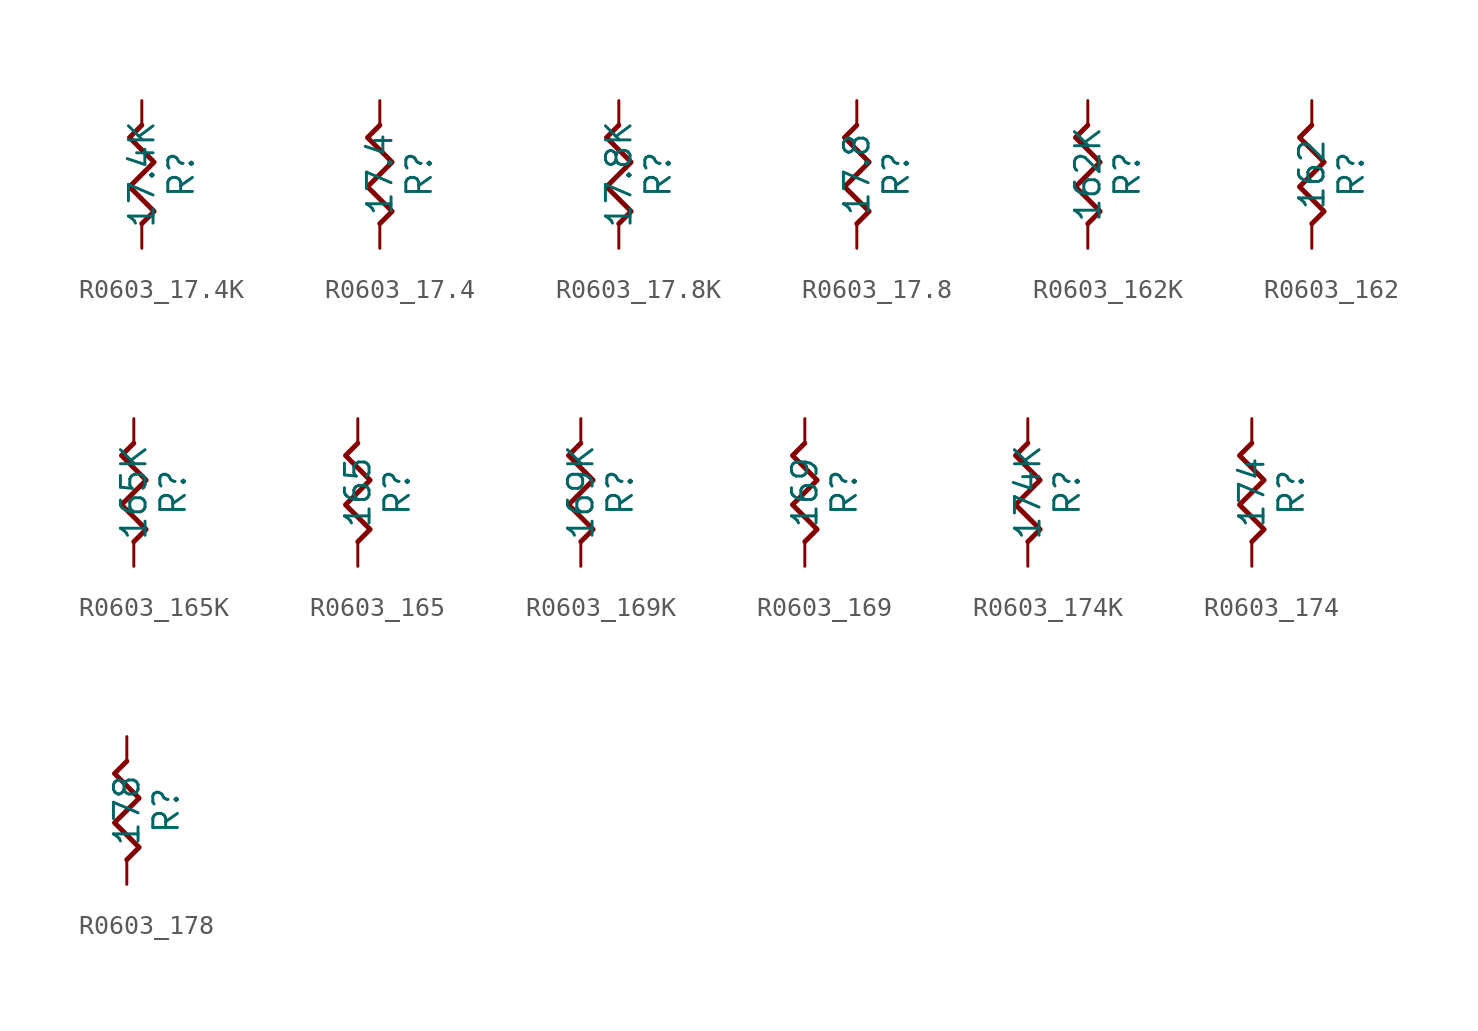
<source format=kicad_sym>
(kicad_symbol_lib
  (version 20211014)
  (generator atlantix-eda)
  (symbol "R0603_17.4K"
    (pin_numbers hide)
    (pin_names
      (offset 0))
    (property "Reference" "R"
      (at 2.032 0 90)
      (effects (font (size 1.27 1.27))))
    (property "Value" "17.4K"
      (at 0 0 90)
      (effects (font (size 1.27 1.27))))
    (symbol "R0603_17.4K_0_1"
      (polyline (pts (xy 0 -2.54) (xy 0.635 -1.905) (xy -0.635 -0.635) (xy 0.635 0.635) (xy -0.635 1.905) (xy 0 2.54)) (stroke (width 0.254) (type default) (color 0 0 0 0)) (fill (type none))))
    (symbol "R0603_17.4K_1_1"
      (pin passive line (at 0 3.81 270) (length 1.27) (name "~" (effects (font (size 1.27 1.27)))) (number "1" (effects (font (size 1.27 1.27)))))
      (pin passive line (at 0 -3.81 90) (length 1.27) (name "~" (effects (font (size 1.27 1.27)))) (number "2" (effects (font (size 1.27 1.27)))))))
  (symbol "R0603_17.4"
    (pin_numbers hide)
    (pin_names
      (offset 0))
    (property "Reference" "R"
      (at 2.032 0 90)
      (effects (font (size 1.27 1.27))))
    (property "Value" "17.4"
      (at 0 0 90)
      (effects (font (size 1.27 1.27))))
    (symbol "R0603_17.4_0_1"
      (polyline (pts (xy 0 -2.54) (xy 0.635 -1.905) (xy -0.635 -0.635) (xy 0.635 0.635) (xy -0.635 1.905) (xy 0 2.54)) (stroke (width 0.254) (type default) (color 0 0 0 0)) (fill (type none))))
    (symbol "R0603_17.4_1_1"
      (pin passive line (at 0 3.81 270) (length 1.27) (name "~" (effects (font (size 1.27 1.27)))) (number "1" (effects (font (size 1.27 1.27)))))
      (pin passive line (at 0 -3.81 90) (length 1.27) (name "~" (effects (font (size 1.27 1.27)))) (number "2" (effects (font (size 1.27 1.27)))))))
  (symbol "R0603_17.8K"
    (pin_numbers hide)
    (pin_names
      (offset 0))
    (property "Reference" "R"
      (at 2.032 0 90)
      (effects (font (size 1.27 1.27))))
    (property "Value" "17.8K"
      (at 0 0 90)
      (effects (font (size 1.27 1.27))))
    (symbol "R0603_17.8K_0_1"
      (polyline (pts (xy 0 -2.54) (xy 0.635 -1.905) (xy -0.635 -0.635) (xy 0.635 0.635) (xy -0.635 1.905) (xy 0 2.54)) (stroke (width 0.254) (type default) (color 0 0 0 0)) (fill (type none))))
    (symbol "R0603_17.8K_1_1"
      (pin passive line (at 0 3.81 270) (length 1.27) (name "~" (effects (font (size 1.27 1.27)))) (number "1" (effects (font (size 1.27 1.27)))))
      (pin passive line (at 0 -3.81 90) (length 1.27) (name "~" (effects (font (size 1.27 1.27)))) (number "2" (effects (font (size 1.27 1.27)))))))
  (symbol "R0603_17.8"
    (pin_numbers hide)
    (pin_names
      (offset 0))
    (property "Reference" "R"
      (at 2.032 0 90)
      (effects (font (size 1.27 1.27))))
    (property "Value" "17.8"
      (at 0 0 90)
      (effects (font (size 1.27 1.27))))
    (symbol "R0603_17.8_0_1"
      (polyline (pts (xy 0 -2.54) (xy 0.635 -1.905) (xy -0.635 -0.635) (xy 0.635 0.635) (xy -0.635 1.905) (xy 0 2.54)) (stroke (width 0.254) (type default) (color 0 0 0 0)) (fill (type none))))
    (symbol "R0603_17.8_1_1"
      (pin passive line (at 0 3.81 270) (length 1.27) (name "~" (effects (font (size 1.27 1.27)))) (number "1" (effects (font (size 1.27 1.27)))))
      (pin passive line (at 0 -3.81 90) (length 1.27) (name "~" (effects (font (size 1.27 1.27)))) (number "2" (effects (font (size 1.27 1.27)))))))
  (symbol "R0603_162K"
    (pin_numbers hide)
    (pin_names
      (offset 0))
    (property "Reference" "R"
      (at 2.032 0 90)
      (effects (font (size 1.27 1.27))))
    (property "Value" "162K"
      (at 0 0 90)
      (effects (font (size 1.27 1.27))))
    (symbol "R0603_162K_0_1"
      (polyline (pts (xy 0 -2.54) (xy 0.635 -1.905) (xy -0.635 -0.635) (xy 0.635 0.635) (xy -0.635 1.905) (xy 0 2.54)) (stroke (width 0.254) (type default) (color 0 0 0 0)) (fill (type none))))
    (symbol "R0603_162K_1_1"
      (pin passive line (at 0 3.81 270) (length 1.27) (name "~" (effects (font (size 1.27 1.27)))) (number "1" (effects (font (size 1.27 1.27)))))
      (pin passive line (at 0 -3.81 90) (length 1.27) (name "~" (effects (font (size 1.27 1.27)))) (number "2" (effects (font (size 1.27 1.27)))))))
  (symbol "R0603_162"
    (pin_numbers hide)
    (pin_names
      (offset 0))
    (property "Reference" "R"
      (at 2.032 0 90)
      (effects (font (size 1.27 1.27))))
    (property "Value" "162"
      (at 0 0 90)
      (effects (font (size 1.27 1.27))))
    (symbol "R0603_162_0_1"
      (polyline (pts (xy 0 -2.54) (xy 0.635 -1.905) (xy -0.635 -0.635) (xy 0.635 0.635) (xy -0.635 1.905) (xy 0 2.54)) (stroke (width 0.254) (type default) (color 0 0 0 0)) (fill (type none))))
    (symbol "R0603_162_1_1"
      (pin passive line (at 0 3.81 270) (length 1.27) (name "~" (effects (font (size 1.27 1.27)))) (number "1" (effects (font (size 1.27 1.27)))))
      (pin passive line (at 0 -3.81 90) (length 1.27) (name "~" (effects (font (size 1.27 1.27)))) (number "2" (effects (font (size 1.27 1.27)))))))
  (symbol "R0603_165K"
    (pin_numbers hide)
    (pin_names
      (offset 0))
    (property "Reference" "R"
      (at 2.032 0 90)
      (effects (font (size 1.27 1.27))))
    (property "Value" "165K"
      (at 0 0 90)
      (effects (font (size 1.27 1.27))))
    (symbol "R0603_165K_0_1"
      (polyline (pts (xy 0 -2.54) (xy 0.635 -1.905) (xy -0.635 -0.635) (xy 0.635 0.635) (xy -0.635 1.905) (xy 0 2.54)) (stroke (width 0.254) (type default) (color 0 0 0 0)) (fill (type none))))
    (symbol "R0603_165K_1_1"
      (pin passive line (at 0 3.81 270) (length 1.27) (name "~" (effects (font (size 1.27 1.27)))) (number "1" (effects (font (size 1.27 1.27)))))
      (pin passive line (at 0 -3.81 90) (length 1.27) (name "~" (effects (font (size 1.27 1.27)))) (number "2" (effects (font (size 1.27 1.27)))))))
  (symbol "R0603_165"
    (pin_numbers hide)
    (pin_names
      (offset 0))
    (property "Reference" "R"
      (at 2.032 0 90)
      (effects (font (size 1.27 1.27))))
    (property "Value" "165"
      (at 0 0 90)
      (effects (font (size 1.27 1.27))))
    (symbol "R0603_165_0_1"
      (polyline (pts (xy 0 -2.54) (xy 0.635 -1.905) (xy -0.635 -0.635) (xy 0.635 0.635) (xy -0.635 1.905) (xy 0 2.54)) (stroke (width 0.254) (type default) (color 0 0 0 0)) (fill (type none))))
    (symbol "R0603_165_1_1"
      (pin passive line (at 0 3.81 270) (length 1.27) (name "~" (effects (font (size 1.27 1.27)))) (number "1" (effects (font (size 1.27 1.27)))))
      (pin passive line (at 0 -3.81 90) (length 1.27) (name "~" (effects (font (size 1.27 1.27)))) (number "2" (effects (font (size 1.27 1.27)))))))
  (symbol "R0603_169K"
    (pin_numbers hide)
    (pin_names
      (offset 0))
    (property "Reference" "R"
      (at 2.032 0 90)
      (effects (font (size 1.27 1.27))))
    (property "Value" "169K"
      (at 0 0 90)
      (effects (font (size 1.27 1.27))))
    (symbol "R0603_169K_0_1"
      (polyline (pts (xy 0 -2.54) (xy 0.635 -1.905) (xy -0.635 -0.635) (xy 0.635 0.635) (xy -0.635 1.905) (xy 0 2.54)) (stroke (width 0.254) (type default) (color 0 0 0 0)) (fill (type none))))
    (symbol "R0603_169K_1_1"
      (pin passive line (at 0 3.81 270) (length 1.27) (name "~" (effects (font (size 1.27 1.27)))) (number "1" (effects (font (size 1.27 1.27)))))
      (pin passive line (at 0 -3.81 90) (length 1.27) (name "~" (effects (font (size 1.27 1.27)))) (number "2" (effects (font (size 1.27 1.27)))))))
  (symbol "R0603_169"
    (pin_numbers hide)
    (pin_names
      (offset 0))
    (property "Reference" "R"
      (at 2.032 0 90)
      (effects (font (size 1.27 1.27))))
    (property "Value" "169"
      (at 0 0 90)
      (effects (font (size 1.27 1.27))))
    (symbol "R0603_169_0_1"
      (polyline (pts (xy 0 -2.54) (xy 0.635 -1.905) (xy -0.635 -0.635) (xy 0.635 0.635) (xy -0.635 1.905) (xy 0 2.54)) (stroke (width 0.254) (type default) (color 0 0 0 0)) (fill (type none))))
    (symbol "R0603_169_1_1"
      (pin passive line (at 0 3.81 270) (length 1.27) (name "~" (effects (font (size 1.27 1.27)))) (number "1" (effects (font (size 1.27 1.27)))))
      (pin passive line (at 0 -3.81 90) (length 1.27) (name "~" (effects (font (size 1.27 1.27)))) (number "2" (effects (font (size 1.27 1.27)))))))
  (symbol "R0603_174K"
    (pin_numbers hide)
    (pin_names
      (offset 0))
    (property "Reference" "R"
      (at 2.032 0 90)
      (effects (font (size 1.27 1.27))))
    (property "Value" "174K"
      (at 0 0 90)
      (effects (font (size 1.27 1.27))))
    (symbol "R0603_174K_0_1"
      (polyline (pts (xy 0 -2.54) (xy 0.635 -1.905) (xy -0.635 -0.635) (xy 0.635 0.635) (xy -0.635 1.905) (xy 0 2.54)) (stroke (width 0.254) (type default) (color 0 0 0 0)) (fill (type none))))
    (symbol "R0603_174K_1_1"
      (pin passive line (at 0 3.81 270) (length 1.27) (name "~" (effects (font (size 1.27 1.27)))) (number "1" (effects (font (size 1.27 1.27)))))
      (pin passive line (at 0 -3.81 90) (length 1.27) (name "~" (effects (font (size 1.27 1.27)))) (number "2" (effects (font (size 1.27 1.27)))))))
  (symbol "R0603_174"
    (pin_numbers hide)
    (pin_names
      (offset 0))
    (property "Reference" "R"
      (at 2.032 0 90)
      (effects (font (size 1.27 1.27))))
    (property "Value" "174"
      (at 0 0 90)
      (effects (font (size 1.27 1.27))))
    (symbol "R0603_174_0_1"
      (polyline (pts (xy 0 -2.54) (xy 0.635 -1.905) (xy -0.635 -0.635) (xy 0.635 0.635) (xy -0.635 1.905) (xy 0 2.54)) (stroke (width 0.254) (type default) (color 0 0 0 0)) (fill (type none))))
    (symbol "R0603_174_1_1"
      (pin passive line (at 0 3.81 270) (length 1.27) (name "~" (effects (font (size 1.27 1.27)))) (number "1" (effects (font (size 1.27 1.27)))))
      (pin passive line (at 0 -3.81 90) (length 1.27) (name "~" (effects (font (size 1.27 1.27)))) (number "2" (effects (font (size 1.27 1.27)))))))
  (symbol "R0603_178"
    (pin_numbers hide)
    (pin_names
      (offset 0))
    (property "Reference" "R"
      (at 2.032 0 90)
      (effects (font (size 1.27 1.27))))
    (property "Value" "178"
      (at 0 0 90)
      (effects (font (size 1.27 1.27))))
    (symbol "R0603_178_0_1"
      (polyline (pts (xy 0 -2.54) (xy 0.635 -1.905) (xy -0.635 -0.635) (xy 0.635 0.635) (xy -0.635 1.905) (xy 0 2.54)) (stroke (width 0.254) (type default) (color 0 0 0 0)) (fill (type none))))
    (symbol "R0603_178_1_1"
      (pin passive line (at 0 3.81 270) (length 1.27) (name "~" (effects (font (size 1.27 1.27)))) (number "1" (effects (font (size 1.27 1.27)))))
      (pin passive line (at 0 -3.81 90) (length 1.27) (name "~" (effects (font (size 1.27 1.27)))) (number "2" (effects (font (size 1.27 1.27))))))))
</source>
